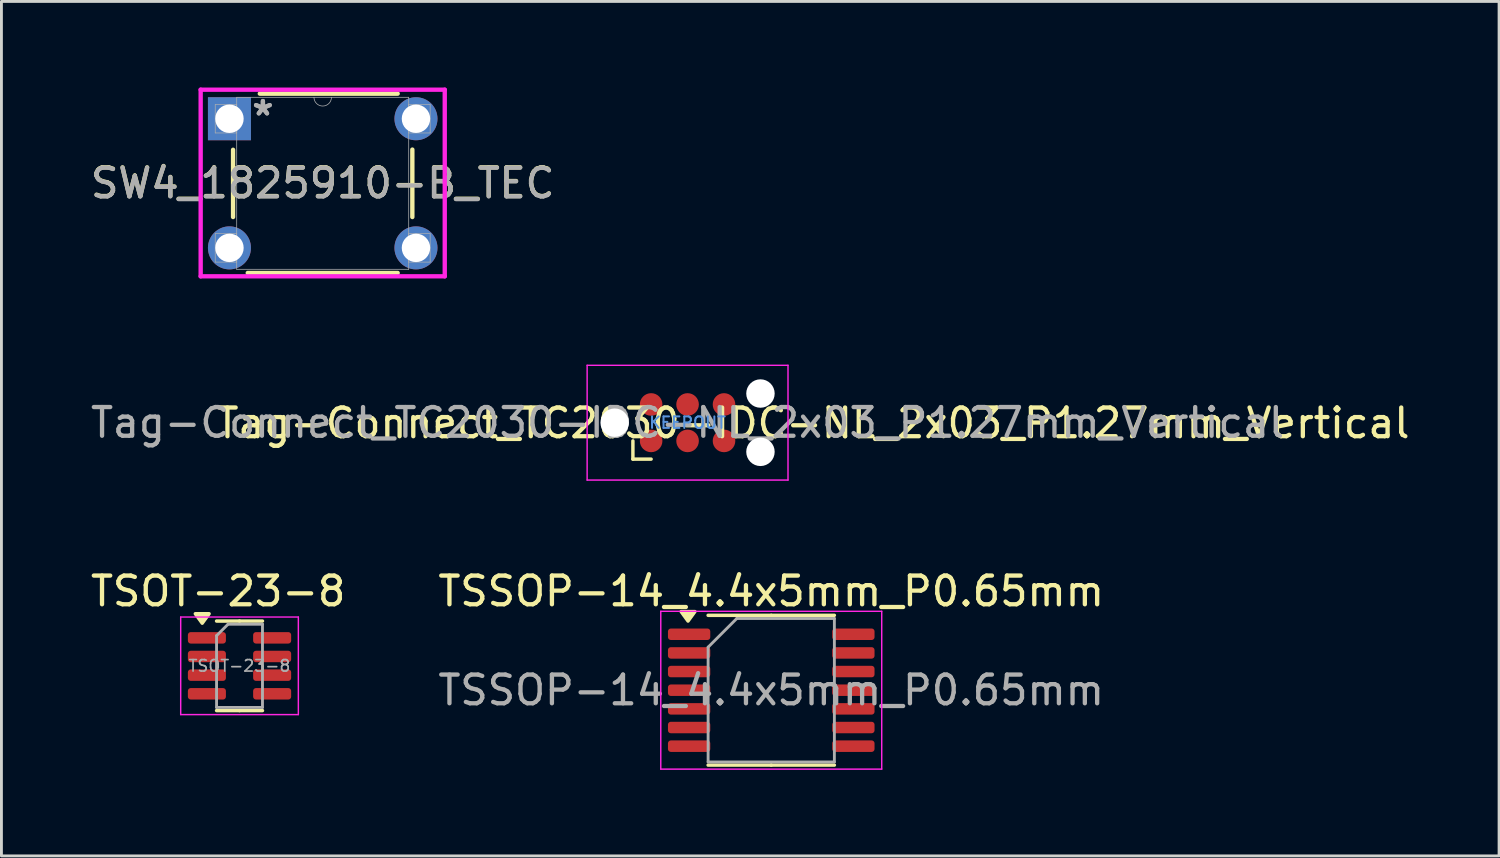
<source format=kicad_pcb>
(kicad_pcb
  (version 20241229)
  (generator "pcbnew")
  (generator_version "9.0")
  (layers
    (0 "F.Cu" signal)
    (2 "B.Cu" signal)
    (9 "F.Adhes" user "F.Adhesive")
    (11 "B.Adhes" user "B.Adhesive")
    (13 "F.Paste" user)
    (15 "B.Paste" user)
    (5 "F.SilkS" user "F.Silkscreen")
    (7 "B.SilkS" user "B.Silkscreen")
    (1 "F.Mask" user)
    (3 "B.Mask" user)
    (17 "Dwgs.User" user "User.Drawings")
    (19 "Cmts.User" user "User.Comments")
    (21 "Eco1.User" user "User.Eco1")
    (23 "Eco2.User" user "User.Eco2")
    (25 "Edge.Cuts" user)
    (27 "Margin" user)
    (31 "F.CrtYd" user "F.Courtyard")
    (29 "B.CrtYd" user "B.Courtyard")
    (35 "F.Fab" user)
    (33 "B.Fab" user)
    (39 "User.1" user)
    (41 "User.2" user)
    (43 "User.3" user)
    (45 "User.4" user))
  (footprint "SW4_1825910-B_TEC"
    (layer "F.Cu")
    (at 11.446 5.588)
    (property "Reference" "SW4_1825910-B_TEC" (at -3.25 -2.261 0) (unlocked yes) (layer "F.SilkS") (effects (font (size 1 1) (thickness 0.15))))
    (attr through_hole)
    (fp_line (start -6.374 -3.418) (end -6.374 -1.075) (stroke (width 0.152) (type solid)) (layer "F.SilkS"))
    (fp_line (start -5.862 0.874) (end -0.638 0.874) (stroke (width 0.152) (type solid)) (layer "F.SilkS"))
    (fp_line (start -0.638 -5.374) (end -5.442 -5.374) (stroke (width 0.152) (type solid)) (layer "F.SilkS"))
    (fp_line (start -0.126 -1.075) (end -0.126 -3.425) (stroke (width 0.152) (type solid)) (layer "F.SilkS"))
    (fp_line (start -7.503 -5.512) (end 1.003 -5.512) (stroke (width 0.152) (type solid)) (layer "F.CrtYd"))
    (fp_line (start -7.503 0.991) (end -7.503 -5.512) (stroke (width 0.152) (type solid)) (layer "F.CrtYd"))
    (fp_line (start 1.003 -5.512) (end 1.003 0.991) (stroke (width 0.152) (type solid)) (layer "F.CrtYd"))
    (fp_line (start 1.003 0.991) (end -7.503 0.991) (stroke (width 0.152) (type solid)) (layer "F.CrtYd"))
    (fp_line (start -6.995 -4.995) (end -6.995 -4.005) (stroke (width 0.025) (type solid)) (layer "F.Fab"))
    (fp_line (start -6.995 -4.005) (end -6.247 -4.005) (stroke (width 0.025) (type solid)) (layer "F.Fab"))
    (fp_line (start -6.995 -0.495) (end -6.995 0.495) (stroke (width 0.025) (type solid)) (layer "F.Fab"))
    (fp_line (start -6.995 0.495) (end -6.247 0.495) (stroke (width 0.025) (type solid)) (layer "F.Fab"))
    (fp_line (start -6.247 -5.247) (end -6.247 0.747) (stroke (width 0.025) (type solid)) (layer "F.Fab"))
    (fp_line (start -6.247 -4.995) (end -6.995 -4.995) (stroke (width 0.025) (type solid)) (layer "F.Fab"))
    (fp_line (start -6.247 -4.005) (end -6.247 -4.995) (stroke (width 0.025) (type solid)) (layer "F.Fab"))
    (fp_line (start -6.247 0.747) (end -0.253 0.747) (stroke (width 0.025) (type solid)) (layer "F.Fab"))
    (fp_line (start -6.247 -0.495) (end -6.995 -0.495) (stroke (width 0.025) (type solid)) (layer "F.Fab"))
    (fp_line (start -6.247 0.495) (end -6.247 -0.495) (stroke (width 0.025) (type solid)) (layer "F.Fab"))
    (fp_line (start -0.253 -0.495) (end -0.253 0.495) (stroke (width 0.025) (type solid)) (layer "F.Fab"))
    (fp_line (start -0.253 0.495) (end 0.495 0.495) (stroke (width 0.025) (type solid)) (layer "F.Fab"))
    (fp_line (start -0.253 -5.247) (end -6.247 -5.247) (stroke (width 0.025) (type solid)) (layer "F.Fab"))
    (fp_line (start -0.253 -4.995) (end -0.253 -4.005) (stroke (width 0.025) (type solid)) (layer "F.Fab"))
    (fp_line (start -0.253 -4.005) (end 0.495 -4.005) (stroke (width 0.025) (type solid)) (layer "F.Fab"))
    (fp_line (start -0.253 0.747) (end -0.253 -5.247) (stroke (width 0.025) (type solid)) (layer "F.Fab"))
    (fp_line (start 0.495 -4.995) (end -0.253 -4.995) (stroke (width 0.025) (type solid)) (layer "F.Fab"))
    (fp_line (start 0.495 -4.005) (end 0.495 -4.995) (stroke (width 0.025) (type solid)) (layer "F.Fab"))
    (fp_line (start 0.495 -0.495) (end -0.253 -0.495) (stroke (width 0.025) (type solid)) (layer "F.Fab"))
    (fp_line (start 0.495 0.495) (end 0.495 -0.495) (stroke (width 0.025) (type solid)) (layer "F.Fab"))
    (fp_arc (start -2.945199 -5.247201) (mid -3.25 -4.942401) (end -3.5548 -5.247201) (stroke (width 0.0254) (type solid)) (layer "F.Fab"))
    (fp_text user "*" (at -5.334 -4.572 0) (unlocked yes) (layer "F.Fab") (effects (font (size 1 1) (thickness 0.15))))
    (fp_text user "*" (at -5.334 -4.572 0) (unlocked yes) (layer "F.Fab") (effects (font (size 1 1) (thickness 0.15))))
    (fp_text user "${REFERENCE}" (at -3.25 -2.25 0) (unlocked yes) (layer "F.Fab") (effects (font (size 1 1) (thickness 0.15))))
    (pad "1" thru_hole rect (at -6.5 -4.5) (size 1.499 1.499) (drill 0.991) (layers "*.Cu" "*.Mask"))
    (pad "1" thru_hole circle (at 0 -4.5) (size 1.499 1.499) (drill 0.991) (layers "*.Cu" "*.Mask"))
    (pad "2" thru_hole circle (at -6.5 0) (size 1.499 1.499) (drill 0.991) (layers "*.Cu" "*.Mask"))
    (pad "2" thru_hole circle (at 0 0) (size 1.499 1.499) (drill 0.991) (layers "*.Cu" "*.Mask")))
  (footprint "TSSOP-14_4.4x5mm_P0.65mm"
    (layer "F.Cu")
    (at 23.827 21.003)
    (property "Reference" "TSSOP-14_4.4x5mm_P0.65mm" (at 0 -3.45 0) (layer "F.SilkS") (effects (font (size 1 1) (thickness 0.15))))
    (attr smd)
    (fp_line (start 0 -2.61) (end -2.2 -2.61) (stroke (width 0.12) (type solid)) (layer "F.SilkS"))
    (fp_line (start 0 -2.61) (end 2.2 -2.61) (stroke (width 0.12) (type solid)) (layer "F.SilkS"))
    (fp_line (start 0 2.61) (end -2.2 2.61) (stroke (width 0.12) (type solid)) (layer "F.SilkS"))
    (fp_line (start 0 2.61) (end 2.2 2.61) (stroke (width 0.12) (type solid)) (layer "F.SilkS"))
    (fp_poly (pts (xy -2.9 -2.41) (xy -3.14 -2.74) (xy -2.66 -2.74) (xy -2.9 -2.41)) (stroke (width 0.12) (type solid)) (fill yes) (layer "F.SilkS"))
    (fp_line (start -3.85 -2.75) (end -3.85 2.75) (stroke (width 0.05) (type solid)) (layer "F.CrtYd"))
    (fp_line (start -3.85 2.75) (end 3.85 2.75) (stroke (width 0.05) (type solid)) (layer "F.CrtYd"))
    (fp_line (start 3.85 -2.75) (end -3.85 -2.75) (stroke (width 0.05) (type solid)) (layer "F.CrtYd"))
    (fp_line (start 3.85 2.75) (end 3.85 -2.75) (stroke (width 0.05) (type solid)) (layer "F.CrtYd"))
    (fp_line (start -2.2 -1.5) (end -1.2 -2.5) (stroke (width 0.1) (type solid)) (layer "F.Fab"))
    (fp_line (start -2.2 2.5) (end -2.2 -1.5) (stroke (width 0.1) (type solid)) (layer "F.Fab"))
    (fp_line (start -1.2 -2.5) (end 2.2 -2.5) (stroke (width 0.1) (type solid)) (layer "F.Fab"))
    (fp_line (start 2.2 -2.5) (end 2.2 2.5) (stroke (width 0.1) (type solid)) (layer "F.Fab"))
    (fp_line (start 2.2 2.5) (end -2.2 2.5) (stroke (width 0.1) (type solid)) (layer "F.Fab"))
    (fp_text user "${REFERENCE}" (at 0 0 0) (layer "F.Fab") (effects (font (size 1 1) (thickness 0.15))))
    (pad "1" smd roundrect (at -2.862 -1.95) (size 1.475 0.4) (layers "F.Cu" "F.Mask" "F.Paste") (roundrect_rratio 0.25))
    (pad "2" smd roundrect (at -2.862 -1.3) (size 1.475 0.4) (layers "F.Cu" "F.Mask" "F.Paste") (roundrect_rratio 0.25))
    (pad "3" smd roundrect (at -2.862 -0.65) (size 1.475 0.4) (layers "F.Cu" "F.Mask" "F.Paste") (roundrect_rratio 0.25))
    (pad "4" smd roundrect (at -2.862 0) (size 1.475 0.4) (layers "F.Cu" "F.Mask" "F.Paste") (roundrect_rratio 0.25))
    (pad "5" smd roundrect (at -2.862 0.65) (size 1.475 0.4) (layers "F.Cu" "F.Mask" "F.Paste") (roundrect_rratio 0.25))
    (pad "6" smd roundrect (at -2.862 1.3) (size 1.475 0.4) (layers "F.Cu" "F.Mask" "F.Paste") (roundrect_rratio 0.25))
    (pad "7" smd roundrect (at -2.862 1.95) (size 1.475 0.4) (layers "F.Cu" "F.Mask" "F.Paste") (roundrect_rratio 0.25))
    (pad "8" smd roundrect (at 2.862 1.95) (size 1.475 0.4) (layers "F.Cu" "F.Mask" "F.Paste") (roundrect_rratio 0.25))
    (pad "9" smd roundrect (at 2.862 1.3) (size 1.475 0.4) (layers "F.Cu" "F.Mask" "F.Paste") (roundrect_rratio 0.25))
    (pad "10" smd roundrect (at 2.862 0.65) (size 1.475 0.4) (layers "F.Cu" "F.Mask" "F.Paste") (roundrect_rratio 0.25))
    (pad "11" smd roundrect (at 2.862 0) (size 1.475 0.4) (layers "F.Cu" "F.Mask" "F.Paste") (roundrect_rratio 0.25))
    (pad "12" smd roundrect (at 2.862 -0.65) (size 1.475 0.4) (layers "F.Cu" "F.Mask" "F.Paste") (roundrect_rratio 0.25))
    (pad "13" smd roundrect (at 2.862 -1.3) (size 1.475 0.4) (layers "F.Cu" "F.Mask" "F.Paste") (roundrect_rratio 0.25))
    (pad "14" smd roundrect (at 2.862 -1.95) (size 1.475 0.4) (layers "F.Cu" "F.Mask" "F.Paste") (roundrect_rratio 0.25)))
  (footprint "TSOT-23-8"
    (layer "F.Cu")
    (at 5.297 20.153)
    (property "Reference" "TSOT-23-8" (at -0.744 -2.6 0) (layer "F.SilkS") (effects (font (size 1 1) (thickness 0.15))))
    (attr smd)
    (fp_line (start 0 -1.56) (end -0.8 -1.56) (stroke (width 0.12) (type solid)) (layer "F.SilkS"))
    (fp_line (start 0 -1.56) (end 0.8 -1.56) (stroke (width 0.12) (type solid)) (layer "F.SilkS"))
    (fp_line (start 0 1.56) (end -0.8 1.56) (stroke (width 0.12) (type solid)) (layer "F.SilkS"))
    (fp_line (start 0 1.56) (end 0.8 1.56) (stroke (width 0.12) (type solid)) (layer "F.SilkS"))
    (fp_poly (pts (xy -1.3 -1.485) (xy -1.54 -1.815) (xy -1.06 -1.815) (xy -1.3 -1.485)) (stroke (width 0.12) (type solid)) (fill yes) (layer "F.SilkS"))
    (fp_line (start -2.05 -1.7) (end -2.05 1.7) (stroke (width 0.05) (type solid)) (layer "F.CrtYd"))
    (fp_line (start -2.05 1.7) (end 2.05 1.7) (stroke (width 0.05) (type solid)) (layer "F.CrtYd"))
    (fp_line (start 2.05 -1.7) (end -2.05 -1.7) (stroke (width 0.05) (type solid)) (layer "F.CrtYd"))
    (fp_line (start 2.05 1.7) (end 2.05 -1.7) (stroke (width 0.05) (type solid)) (layer "F.CrtYd"))
    (fp_line (start -0.8 -1.05) (end -0.4 -1.45) (stroke (width 0.1) (type solid)) (layer "F.Fab"))
    (fp_line (start -0.8 1.45) (end -0.8 -1.05) (stroke (width 0.1) (type solid)) (layer "F.Fab"))
    (fp_line (start -0.4 -1.45) (end 0.8 -1.45) (stroke (width 0.1) (type solid)) (layer "F.Fab"))
    (fp_line (start 0.8 -1.45) (end 0.8 1.45) (stroke (width 0.1) (type solid)) (layer "F.Fab"))
    (fp_line (start 0.8 1.45) (end -0.8 1.45) (stroke (width 0.1) (type solid)) (layer "F.Fab"))
    (fp_text user "${REFERENCE}" (at 0 0 0) (layer "F.Fab") (effects (font (size 0.4 0.4) (thickness 0.06))))
    (pad "1" smd roundrect (at -1.137 -0.975) (size 1.325 0.4) (layers "F.Cu" "F.Mask" "F.Paste") (roundrect_rratio 0.25))
    (pad "2" smd roundrect (at -1.137 -0.325) (size 1.325 0.4) (layers "F.Cu" "F.Mask" "F.Paste") (roundrect_rratio 0.25))
    (pad "3" smd roundrect (at -1.137 0.325) (size 1.325 0.4) (layers "F.Cu" "F.Mask" "F.Paste") (roundrect_rratio 0.25))
    (pad "4" smd roundrect (at -1.137 0.975) (size 1.325 0.4) (layers "F.Cu" "F.Mask" "F.Paste") (roundrect_rratio 0.25))
    (pad "5" smd roundrect (at 1.137 0.975) (size 1.325 0.4) (layers "F.Cu" "F.Mask" "F.Paste") (roundrect_rratio 0.25))
    (pad "6" smd roundrect (at 1.137 0.325) (size 1.325 0.4) (layers "F.Cu" "F.Mask" "F.Paste") (roundrect_rratio 0.25))
    (pad "7" smd roundrect (at 1.137 -0.325) (size 1.325 0.4) (layers "F.Cu" "F.Mask" "F.Paste") (roundrect_rratio 0.25))
    (pad "8" smd roundrect (at 1.137 -0.975) (size 1.325 0.4) (layers "F.Cu" "F.Mask" "F.Paste") (roundrect_rratio 0.25)))
  (footprint "Tag-Connect_TC2030-IDC-NL_2x03_P1.27mm_Vertical"
    (layer "F.Cu")
    (at 20.911 11.68)
    (property "Reference" "Tag-Connect_TC2030-IDC-NL_2x03_P1.27mm_Vertical" (at 4.37 0.016 0) (layer "F.SilkS") (effects (font (size 1 1) (thickness 0.15))))
    (attr exclude_from_pos_files exclude_from_bom)
    (fp_line (start -1.905 1.27) (end -1.905 0.635) (stroke (width 0.12) (type solid)) (layer "F.SilkS"))
    (fp_line (start -1.27 1.27) (end -1.905 1.27) (stroke (width 0.12) (type solid)) (layer "F.SilkS"))
    (fp_line (start -3.5 -2) (end 3.5 -2) (stroke (width 0.05) (type solid)) (layer "F.CrtYd"))
    (fp_line (start -3.5 2) (end -3.5 -2) (stroke (width 0.05) (type solid)) (layer "F.CrtYd"))
    (fp_line (start 3.5 -2) (end 3.5 2) (stroke (width 0.05) (type solid)) (layer "F.CrtYd"))
    (fp_line (start 3.5 2) (end -3.5 2) (stroke (width 0.05) (type solid)) (layer "F.CrtYd"))
    (fp_text user "KEEPOUT" (at 0 0 0) (layer "Cmts.User") (effects (font (size 0.4 0.4) (thickness 0.07))))
    (fp_text user "${REFERENCE}" (at 0 0 0) (layer "F.Fab") (effects (font (size 1 1) (thickness 0.15))))
    (pad "" np_thru_hole circle (at -2.54 0) (size 0.991 0.991) (drill 0.991) (layers "*.Cu" "*.Mask"))
    (pad "" np_thru_hole circle (at 2.54 -1.016) (size 0.991 0.991) (drill 0.991) (layers "*.Cu" "*.Mask"))
    (pad "" np_thru_hole circle (at 2.54 1.016) (size 0.991 0.991) (drill 0.991) (layers "*.Cu" "*.Mask"))
    (pad "1" connect circle (at -1.27 0.635) (size 0.787 0.787) (layers "F.Cu" "F.Mask"))
    (pad "2" connect circle (at -1.27 -0.635) (size 0.787 0.787) (layers "F.Cu" "F.Mask"))
    (pad "3" connect circle (at 0 0.635) (size 0.787 0.787) (layers "F.Cu" "F.Mask"))
    (pad "4" connect circle (at 0 -0.635) (size 0.787 0.787) (layers "F.Cu" "F.Mask"))
    (pad "5" connect circle (at 1.27 0.635) (size 0.787 0.787) (layers "F.Cu" "F.Mask"))
    (pad "6" connect circle (at 1.27 -0.635) (size 0.787 0.787) (layers "F.Cu" "F.Mask"))
    (zone (net_name "") (layer "F.Cu") (hatch full 0.508) (connect_pads) (min_thickness 0.254) (filled_areas_thickness no) (keepout (tracks allowed) (vias not_allowed) (pads allowed) (copperpour not_allowed) (footprints not_allowed)) (placement (enabled no)) (fill) (polygon (pts (xy 22.181 11.045) (xy 19.641 11.045) (xy 19.641 12.315) (xy 22.181 12.315)))))
  (gr_rect
    (start -3 -3)
    (end 49.191 26.778)
    (stroke (width 0.1) (type default))
    (fill no)
    (layer "Edge.Cuts")))
</source>
